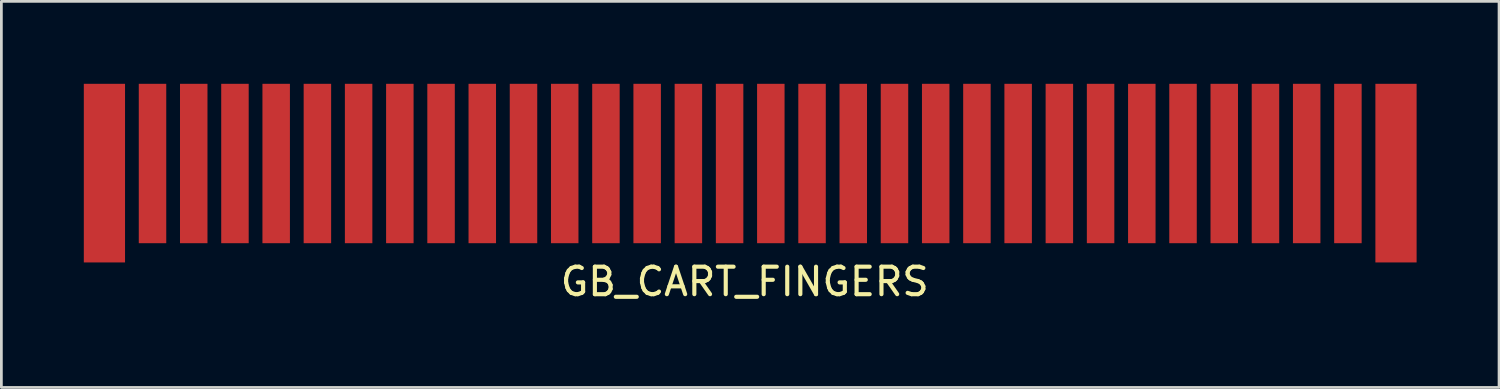
<source format=kicad_pcb>
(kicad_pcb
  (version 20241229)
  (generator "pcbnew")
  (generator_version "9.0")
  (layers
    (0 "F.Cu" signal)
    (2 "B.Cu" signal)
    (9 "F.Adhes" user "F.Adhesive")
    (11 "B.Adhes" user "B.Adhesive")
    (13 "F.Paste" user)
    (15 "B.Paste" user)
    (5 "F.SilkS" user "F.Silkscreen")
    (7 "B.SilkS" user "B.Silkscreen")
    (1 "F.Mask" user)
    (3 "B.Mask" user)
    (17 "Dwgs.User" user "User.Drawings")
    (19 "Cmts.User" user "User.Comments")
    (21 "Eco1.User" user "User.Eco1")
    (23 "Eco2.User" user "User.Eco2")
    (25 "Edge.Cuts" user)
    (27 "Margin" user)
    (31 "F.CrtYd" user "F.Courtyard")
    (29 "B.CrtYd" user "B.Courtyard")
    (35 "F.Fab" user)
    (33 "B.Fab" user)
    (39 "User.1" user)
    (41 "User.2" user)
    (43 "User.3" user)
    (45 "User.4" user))
  (footprint "GB_CART_FINGERS"
    (layer "F.Cu")
    (at 24.25 2.9)
    (property "Reference" "GB_CART_FINGERS" (at -0.2 4.3 0) (layer "F.SilkS") (effects (font (size 1 1) (thickness 0.15))))
    (attr through_hole)
    (pad "1" smd rect (at -23.5 0.35) (size 1.5 6.5) (layers "F.Cu" "F.Mask"))
    (pad "2" smd rect (at -21.75 0) (size 1 5.8) (layers "F.Cu" "F.Mask"))
    (pad "3" smd rect (at -20.25 0) (size 1 5.8) (layers "F.Cu" "F.Mask"))
    (pad "4" smd rect (at -18.75 0) (size 1 5.8) (layers "F.Cu" "F.Mask"))
    (pad "5" smd rect (at -17.25 0) (size 1 5.8) (layers "F.Cu" "F.Mask"))
    (pad "6" smd rect (at -15.75 0) (size 1 5.8) (layers "F.Cu" "F.Mask"))
    (pad "7" smd rect (at -14.25 0) (size 1 5.8) (layers "F.Cu" "F.Mask"))
    (pad "8" smd rect (at -12.75 0) (size 1 5.8) (layers "F.Cu" "F.Mask"))
    (pad "9" smd rect (at -11.25 0) (size 1 5.8) (layers "F.Cu" "F.Mask"))
    (pad "10" smd rect (at -9.75 0) (size 1 5.8) (layers "F.Cu" "F.Mask"))
    (pad "11" smd rect (at -8.25 0) (size 1 5.8) (layers "F.Cu" "F.Mask"))
    (pad "12" smd rect (at -6.75 0) (size 1 5.8) (layers "F.Cu" "F.Mask"))
    (pad "13" smd rect (at -5.25 0) (size 1 5.8) (layers "F.Cu" "F.Mask"))
    (pad "14" smd rect (at -3.75 0) (size 1 5.8) (layers "F.Cu" "F.Mask"))
    (pad "15" smd rect (at -2.25 0) (size 1 5.8) (layers "F.Cu" "F.Mask"))
    (pad "16" smd rect (at -0.75 0) (size 1 5.8) (layers "F.Cu" "F.Mask"))
    (pad "17" smd rect (at 0.75 0) (size 1 5.8) (layers "F.Cu" "F.Mask"))
    (pad "18" smd rect (at 2.25 0) (size 1 5.8) (layers "F.Cu" "F.Mask"))
    (pad "19" smd rect (at 3.75 0) (size 1 5.8) (layers "F.Cu" "F.Mask"))
    (pad "20" smd rect (at 5.25 0) (size 1 5.8) (layers "F.Cu" "F.Mask"))
    (pad "21" smd rect (at 6.75 0) (size 1 5.8) (layers "F.Cu" "F.Mask"))
    (pad "22" smd rect (at 8.25 0) (size 1 5.8) (layers "F.Cu" "F.Mask"))
    (pad "23" smd rect (at 9.75 0) (size 1 5.8) (layers "F.Cu" "F.Mask"))
    (pad "24" smd rect (at 11.25 0) (size 1 5.8) (layers "F.Cu" "F.Mask"))
    (pad "25" smd rect (at 12.75 0) (size 1 5.8) (layers "F.Cu" "F.Mask"))
    (pad "26" smd rect (at 14.25 0) (size 1 5.8) (layers "F.Cu" "F.Mask"))
    (pad "27" smd rect (at 15.75 0) (size 1 5.8) (layers "F.Cu" "F.Mask"))
    (pad "28" smd rect (at 17.25 0) (size 1 5.8) (layers "F.Cu" "F.Mask"))
    (pad "29" smd rect (at 18.75 0) (size 1 5.8) (layers "F.Cu" "F.Mask"))
    (pad "30" smd rect (at 20.25 0) (size 1 5.8) (layers "F.Cu" "F.Mask"))
    (pad "31" smd rect (at 21.75 0) (size 1 5.8) (layers "F.Cu" "F.Mask"))
    (pad "32" smd rect (at 23.5 0.35) (size 1.5 6.5) (layers "F.Cu" "F.Mask")))
  (gr_rect
    (start -3 -3)
    (end 51.5 11.048)
    (stroke (width 0.1) (type default))
    (fill no)
    (layer "Edge.Cuts")))
</source>
